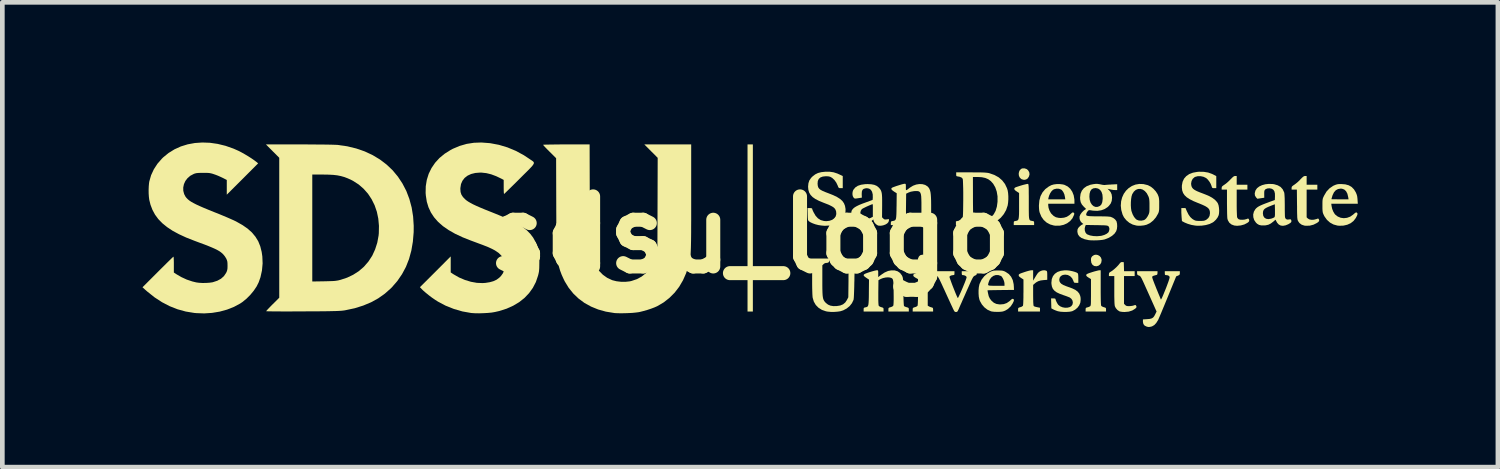
<source format=kicad_pcb>
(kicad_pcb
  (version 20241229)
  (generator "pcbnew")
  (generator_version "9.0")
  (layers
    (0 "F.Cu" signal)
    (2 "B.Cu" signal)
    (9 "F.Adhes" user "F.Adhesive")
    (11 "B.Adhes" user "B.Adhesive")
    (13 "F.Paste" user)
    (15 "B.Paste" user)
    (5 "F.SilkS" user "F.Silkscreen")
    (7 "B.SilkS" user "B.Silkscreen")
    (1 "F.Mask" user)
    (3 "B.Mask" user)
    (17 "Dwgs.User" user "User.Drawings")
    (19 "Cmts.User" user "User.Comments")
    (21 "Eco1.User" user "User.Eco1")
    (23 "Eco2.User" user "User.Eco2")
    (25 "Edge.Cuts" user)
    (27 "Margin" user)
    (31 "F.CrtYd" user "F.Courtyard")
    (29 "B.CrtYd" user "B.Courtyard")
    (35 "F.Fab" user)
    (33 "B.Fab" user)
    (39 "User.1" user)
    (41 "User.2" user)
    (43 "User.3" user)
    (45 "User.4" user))
  (footprint "sdsu_logo"
    (layer "F.Cu")
    (at 13.002 1.975)
    (property "Reference" "sdsu_logo" (at 0 0 0) (layer "F.SilkS") (effects (font (size 1.5 1.5) (thickness 0.3))))
    (attr board_only exclude_from_pos_files exclude_from_bom)
    (fp_poly (pts (xy 0.062 -0.146) (xy 0.062 1.643) (xy 0.005 1.643) (xy -0.052 1.643) (xy -0.052 -0.146) (xy -0.052 -1.934) (xy 0.005 -1.934) (xy 0.062 -1.934)) (stroke (width 0) (type solid)) (fill yes) (layer "F.SilkS"))
    (fp_poly (pts (xy 5.919 -1.408) (xy 5.951 -1.383) (xy 5.977 -1.34) (xy 5.984 -1.295) (xy 5.972 -1.249) (xy 5.946 -1.207) (xy 5.91 -1.183) (xy 5.866 -1.175) (xy 5.82 -1.187) (xy 5.805 -1.195) (xy 5.775 -1.224) (xy 5.757 -1.262) (xy 5.752 -1.305) (xy 5.759 -1.347) (xy 5.777 -1.385) (xy 5.806 -1.411) (xy 5.828 -1.42) (xy 5.874 -1.422)) (stroke (width 0) (type solid)) (fill yes) (layer "F.SilkS"))
    (fp_poly (pts (xy 7.447 0.434) (xy 7.484 0.455) (xy 7.512 0.488) (xy 7.526 0.529) (xy 7.527 0.546) (xy 7.519 0.595) (xy 7.496 0.634) (xy 7.461 0.661) (xy 7.419 0.674) (xy 7.374 0.669) (xy 7.365 0.666) (xy 7.33 0.641) (xy 7.307 0.601) (xy 7.299 0.547) (xy 7.299 0.544) (xy 7.3 0.508) (xy 7.308 0.484) (xy 7.323 0.463) (xy 7.329 0.457) (xy 7.366 0.433) (xy 7.406 0.426)) (stroke (width 0) (type solid)) (fill yes) (layer "F.SilkS"))
    (fp_poly (pts (xy 3.731 0.429) (xy 3.757 0.442) (xy 3.782 0.462) (xy 3.805 0.485) (xy 3.817 0.506) (xy 3.82 0.533) (xy 3.82 0.552) (xy 3.818 0.586) (xy 3.81 0.609) (xy 3.792 0.631) (xy 3.781 0.641) (xy 3.74 0.669) (xy 3.699 0.676) (xy 3.658 0.662) (xy 3.64 0.649) (xy 3.607 0.609) (xy 3.592 0.561) (xy 3.596 0.51) (xy 3.597 0.508) (xy 3.617 0.464) (xy 3.646 0.437) (xy 3.688 0.427) (xy 3.698 0.426)) (stroke (width 0) (type solid)) (fill yes) (layer "F.SilkS"))
    (fp_poly (pts (xy 3.805 1.138) (xy 3.805 1.517) (xy 3.829 1.532) (xy 3.856 1.545) (xy 3.886 1.554) (xy 3.908 1.561) (xy 3.917 1.573) (xy 3.92 1.597) (xy 3.92 1.602) (xy 3.92 1.643) (xy 3.701 1.643) (xy 3.483 1.643) (xy 3.483 1.602) (xy 3.484 1.577) (xy 3.492 1.564) (xy 3.511 1.555) (xy 3.529 1.55) (xy 3.561 1.539) (xy 3.583 1.523) (xy 3.587 1.519) (xy 3.59 1.502) (xy 3.593 1.466) (xy 3.595 1.412) (xy 3.597 1.344) (xy 3.597 1.261) (xy 3.597 1.224) (xy 3.597 0.95) (xy 3.545 0.92) (xy 3.515 0.9) (xy 3.499 0.884) (xy 3.496 0.868) (xy 3.496 0.864) (xy 3.499 0.853) (xy 3.507 0.843) (xy 3.525 0.833) (xy 3.554 0.822) (xy 3.599 0.807) (xy 3.623 0.799) (xy 3.674 0.784) (xy 3.719 0.771) (xy 3.755 0.763) (xy 3.776 0.759) (xy 3.777 0.759) (xy 3.805 0.759)) (stroke (width 0) (type solid)) (fill yes) (layer "F.SilkS"))
    (fp_poly (pts (xy 7.507 1.129) (xy 7.507 1.236) (xy 7.508 1.328) (xy 7.509 1.402) (xy 7.511 1.46) (xy 7.514 1.499) (xy 7.517 1.518) (xy 7.517 1.519) (xy 7.534 1.534) (xy 7.564 1.547) (xy 7.575 1.55) (xy 7.603 1.559) (xy 7.617 1.568) (xy 7.621 1.586) (xy 7.621 1.602) (xy 7.621 1.643) (xy 7.403 1.643) (xy 7.184 1.643) (xy 7.184 1.602) (xy 7.186 1.576) (xy 7.194 1.563) (xy 7.214 1.556) (xy 7.219 1.555) (xy 7.25 1.546) (xy 7.276 1.533) (xy 7.283 1.528) (xy 7.288 1.521) (xy 7.292 1.51) (xy 7.295 1.494) (xy 7.297 1.468) (xy 7.298 1.431) (xy 7.298 1.381) (xy 7.299 1.314) (xy 7.299 1.233) (xy 7.299 0.949) (xy 7.246 0.916) (xy 7.215 0.895) (xy 7.2 0.878) (xy 7.197 0.862) (xy 7.197 0.861) (xy 7.201 0.851) (xy 7.213 0.841) (xy 7.235 0.83) (xy 7.27 0.817) (xy 7.323 0.8) (xy 7.325 0.799) (xy 7.375 0.784) (xy 7.421 0.772) (xy 7.457 0.763) (xy 7.478 0.76) (xy 7.478 0.76) (xy 7.507 0.759)) (stroke (width 0) (type solid)) (fill yes) (layer "F.SilkS"))
    (fp_poly (pts (xy 11.915 -1.164) (xy 11.915 -1.071) (xy 12.029 -1.071) (xy 12.144 -1.071) (xy 12.144 -1.019) (xy 12.144 -0.967) (xy 12.029 -0.967) (xy 11.915 -0.967) (xy 11.915 -0.67) (xy 11.915 -0.373) (xy 11.941 -0.348) (xy 11.973 -0.329) (xy 12.018 -0.32) (xy 12.069 -0.322) (xy 12.121 -0.335) (xy 12.131 -0.338) (xy 12.154 -0.347) (xy 12.167 -0.345) (xy 12.175 -0.333) (xy 12.184 -0.31) (xy 12.18 -0.291) (xy 12.162 -0.272) (xy 12.136 -0.253) (xy 12.062 -0.216) (xy 11.981 -0.195) (xy 11.898 -0.193) (xy 11.868 -0.196) (xy 11.808 -0.216) (xy 11.761 -0.251) (xy 11.737 -0.285) (xy 11.73 -0.298) (xy 11.724 -0.31) (xy 11.72 -0.325) (xy 11.717 -0.346) (xy 11.714 -0.373) (xy 11.713 -0.411) (xy 11.711 -0.461) (xy 11.71 -0.526) (xy 11.71 -0.609) (xy 11.709 -0.647) (xy 11.706 -0.967) (xy 11.649 -0.967) (xy 11.593 -0.967) (xy 11.593 -1.001) (xy 11.595 -1.021) (xy 11.604 -1.036) (xy 11.624 -1.053) (xy 11.651 -1.071) (xy 11.685 -1.096) (xy 11.726 -1.13) (xy 11.766 -1.168) (xy 11.779 -1.183) (xy 11.814 -1.219) (xy 11.839 -1.241) (xy 11.858 -1.253) (xy 11.876 -1.258) (xy 11.882 -1.258) (xy 11.915 -1.258)) (stroke (width 0) (type solid)) (fill yes) (layer "F.SilkS"))
    (fp_poly (pts (xy 7.969 0.584) (xy 8.001 0.587) (xy 8.004 0.684) (xy 8.007 0.78) (xy 8.12 0.78) (xy 8.234 0.78) (xy 8.234 0.832) (xy 8.234 0.884) (xy 8.12 0.884) (xy 8.006 0.884) (xy 8.006 1.181) (xy 8.006 1.477) (xy 8.031 1.503) (xy 8.051 1.519) (xy 8.076 1.526) (xy 8.113 1.528) (xy 8.113 1.528) (xy 8.155 1.525) (xy 8.197 1.518) (xy 8.213 1.513) (xy 8.24 1.504) (xy 8.254 1.504) (xy 8.263 1.514) (xy 8.268 1.525) (xy 8.274 1.543) (xy 8.27 1.557) (xy 8.254 1.574) (xy 8.245 1.582) (xy 8.182 1.621) (xy 8.106 1.645) (xy 8.018 1.653) (xy 7.975 1.651) (xy 7.936 1.646) (xy 7.908 1.639) (xy 7.907 1.638) (xy 7.865 1.61) (xy 7.83 1.569) (xy 7.81 1.529) (xy 7.806 1.506) (xy 7.802 1.462) (xy 7.8 1.398) (xy 7.798 1.315) (xy 7.798 1.213) (xy 7.798 1.189) (xy 7.798 0.884) (xy 7.741 0.884) (xy 7.683 0.884) (xy 7.683 0.848) (xy 7.687 0.82) (xy 7.702 0.802) (xy 7.713 0.796) (xy 7.753 0.771) (xy 7.799 0.734) (xy 7.845 0.692) (xy 7.885 0.65) (xy 7.897 0.635) (xy 7.921 0.605) (xy 7.939 0.589) (xy 7.956 0.584)) (stroke (width 0) (type solid)) (fill yes) (layer "F.SilkS"))
    (fp_poly (pts (xy 5.951 -1.088) (xy 5.956 -1.085) (xy 5.959 -1.077) (xy 5.962 -1.062) (xy 5.964 -1.039) (xy 5.966 -1.005) (xy 5.967 -0.958) (xy 5.967 -0.897) (xy 5.968 -0.82) (xy 5.968 -0.724) (xy 5.968 -0.708) (xy 5.968 -0.606) (xy 5.968 -0.524) (xy 5.969 -0.458) (xy 5.97 -0.407) (xy 5.973 -0.368) (xy 5.978 -0.341) (xy 5.984 -0.322) (xy 5.993 -0.311) (xy 6.004 -0.304) (xy 6.019 -0.3) (xy 6.037 -0.297) (xy 6.04 -0.296) (xy 6.067 -0.291) (xy 6.079 -0.281) (xy 6.082 -0.26) (xy 6.082 -0.249) (xy 6.082 -0.208) (xy 5.864 -0.208) (xy 5.646 -0.208) (xy 5.646 -0.249) (xy 5.647 -0.275) (xy 5.655 -0.288) (xy 5.675 -0.294) (xy 5.687 -0.296) (xy 5.708 -0.3) (xy 5.724 -0.306) (xy 5.737 -0.316) (xy 5.746 -0.332) (xy 5.752 -0.356) (xy 5.756 -0.392) (xy 5.759 -0.44) (xy 5.76 -0.504) (xy 5.76 -0.586) (xy 5.76 -0.621) (xy 5.76 -0.894) (xy 5.708 -0.928) (xy 5.677 -0.95) (xy 5.662 -0.967) (xy 5.658 -0.984) (xy 5.658 -0.987) (xy 5.661 -0.997) (xy 5.67 -1.006) (xy 5.686 -1.016) (xy 5.714 -1.026) (xy 5.757 -1.04) (xy 5.798 -1.053) (xy 5.849 -1.068) (xy 5.894 -1.079) (xy 5.929 -1.087) (xy 5.949 -1.089)) (stroke (width 0) (type solid)) (fill yes) (layer "F.SilkS"))
    (fp_poly (pts (xy 10.418 -1.164) (xy 10.418 -1.071) (xy 10.532 -1.071) (xy 10.647 -1.071) (xy 10.647 -1.019) (xy 10.647 -0.967) (xy 10.532 -0.967) (xy 10.418 -0.967) (xy 10.418 -0.682) (xy 10.418 -0.605) (xy 10.419 -0.535) (xy 10.421 -0.473) (xy 10.423 -0.423) (xy 10.425 -0.388) (xy 10.428 -0.371) (xy 10.428 -0.37) (xy 10.444 -0.346) (xy 10.461 -0.332) (xy 10.492 -0.323) (xy 10.535 -0.321) (xy 10.581 -0.324) (xy 10.622 -0.334) (xy 10.629 -0.336) (xy 10.654 -0.346) (xy 10.667 -0.346) (xy 10.676 -0.336) (xy 10.678 -0.333) (xy 10.687 -0.307) (xy 10.681 -0.285) (xy 10.659 -0.263) (xy 10.649 -0.257) (xy 10.582 -0.221) (xy 10.506 -0.2) (xy 10.427 -0.192) (xy 10.366 -0.198) (xy 10.307 -0.22) (xy 10.261 -0.257) (xy 10.23 -0.308) (xy 10.22 -0.339) (xy 10.217 -0.36) (xy 10.215 -0.398) (xy 10.213 -0.451) (xy 10.212 -0.516) (xy 10.211 -0.589) (xy 10.21 -0.667) (xy 10.21 -0.673) (xy 10.21 -0.967) (xy 10.153 -0.967) (xy 10.096 -0.967) (xy 10.096 -1.001) (xy 10.099 -1.021) (xy 10.108 -1.037) (xy 10.129 -1.054) (xy 10.154 -1.071) (xy 10.188 -1.095) (xy 10.229 -1.13) (xy 10.269 -1.168) (xy 10.283 -1.183) (xy 10.318 -1.219) (xy 10.343 -1.241) (xy 10.363 -1.254) (xy 10.381 -1.258) (xy 10.386 -1.258) (xy 10.418 -1.258)) (stroke (width 0) (type solid)) (fill yes) (layer "F.SilkS"))
    (fp_poly (pts (xy 6.061 0.871) (xy 6.061 0.982) (xy 6.104 0.91) (xy 6.127 0.872) (xy 6.149 0.838) (xy 6.167 0.814) (xy 6.169 0.812) (xy 6.206 0.783) (xy 6.251 0.765) (xy 6.297 0.759) (xy 6.338 0.767) (xy 6.343 0.77) (xy 6.353 0.777) (xy 6.359 0.791) (xy 6.362 0.814) (xy 6.363 0.852) (xy 6.363 0.872) (xy 6.363 0.964) (xy 6.287 0.97) (xy 6.222 0.978) (xy 6.17 0.994) (xy 6.125 1.019) (xy 6.1 1.039) (xy 6.061 1.073) (xy 6.061 1.293) (xy 6.062 1.376) (xy 6.063 1.439) (xy 6.066 1.484) (xy 6.069 1.513) (xy 6.074 1.526) (xy 6.074 1.526) (xy 6.09 1.535) (xy 6.12 1.544) (xy 6.147 1.55) (xy 6.207 1.562) (xy 6.207 1.602) (xy 6.207 1.643) (xy 5.973 1.643) (xy 5.739 1.643) (xy 5.739 1.602) (xy 5.74 1.577) (xy 5.748 1.564) (xy 5.767 1.555) (xy 5.786 1.55) (xy 5.817 1.539) (xy 5.839 1.523) (xy 5.843 1.519) (xy 5.846 1.502) (xy 5.849 1.466) (xy 5.851 1.412) (xy 5.853 1.344) (xy 5.853 1.262) (xy 5.854 1.228) (xy 5.854 0.957) (xy 5.801 0.923) (xy 5.771 0.901) (xy 5.756 0.884) (xy 5.752 0.867) (xy 5.752 0.864) (xy 5.755 0.852) (xy 5.764 0.842) (xy 5.782 0.832) (xy 5.813 0.82) (xy 5.86 0.804) (xy 5.874 0.799) (xy 5.924 0.783) (xy 5.97 0.77) (xy 6.006 0.762) (xy 6.027 0.759) (xy 6.061 0.759)) (stroke (width 0) (type solid)) (fill yes) (layer "F.SilkS"))
    (fp_poly (pts (xy 6.634 -1.085) (xy 6.698 -1.077) (xy 6.732 -1.068) (xy 6.8 -1.034) (xy 6.856 -0.984) (xy 6.899 -0.92) (xy 6.929 -0.844) (xy 6.944 -0.757) (xy 6.945 -0.72) (xy 6.945 -0.665) (xy 6.665 -0.665) (xy 6.384 -0.665) (xy 6.384 -0.63) (xy 6.391 -0.576) (xy 6.411 -0.518) (xy 6.44 -0.465) (xy 6.454 -0.447) (xy 6.5 -0.403) (xy 6.549 -0.375) (xy 6.607 -0.362) (xy 6.654 -0.359) (xy 6.723 -0.366) (xy 6.782 -0.385) (xy 6.837 -0.42) (xy 6.867 -0.448) (xy 6.892 -0.47) (xy 6.908 -0.479) (xy 6.92 -0.478) (xy 6.928 -0.473) (xy 6.94 -0.461) (xy 6.941 -0.444) (xy 6.935 -0.423) (xy 6.902 -0.352) (xy 6.852 -0.293) (xy 6.789 -0.246) (xy 6.715 -0.213) (xy 6.632 -0.195) (xy 6.543 -0.194) (xy 6.506 -0.198) (xy 6.424 -0.221) (xy 6.35 -0.261) (xy 6.287 -0.317) (xy 6.237 -0.388) (xy 6.202 -0.472) (xy 6.197 -0.488) (xy 6.191 -0.519) (xy 6.187 -0.564) (xy 6.185 -0.613) (xy 6.185 -0.628) (xy 6.194 -0.733) (xy 6.201 -0.759) (xy 6.384 -0.759) (xy 6.567 -0.759) (xy 6.749 -0.759) (xy 6.742 -0.808) (xy 6.729 -0.866) (xy 6.706 -0.916) (xy 6.678 -0.954) (xy 6.66 -0.968) (xy 6.614 -0.985) (xy 6.562 -0.987) (xy 6.511 -0.975) (xy 6.486 -0.962) (xy 6.455 -0.932) (xy 6.426 -0.889) (xy 6.403 -0.838) (xy 6.39 -0.793) (xy 6.384 -0.759) (xy 6.201 -0.759) (xy 6.219 -0.827) (xy 6.262 -0.908) (xy 6.321 -0.977) (xy 6.396 -1.033) (xy 6.451 -1.062) (xy 6.503 -1.077) (xy 6.567 -1.085)) (stroke (width 0) (type solid)) (fill yes) (layer "F.SilkS"))
    (fp_poly (pts (xy 8.421 -1.085) (xy 8.512 -1.063) (xy 8.524 -1.058) (xy 8.581 -1.028) (xy 8.636 -0.984) (xy 8.686 -0.929) (xy 8.724 -0.871) (xy 8.734 -0.847) (xy 8.745 -0.819) (xy 8.752 -0.792) (xy 8.756 -0.762) (xy 8.759 -0.722) (xy 8.759 -0.669) (xy 8.759 -0.645) (xy 8.759 -0.585) (xy 8.758 -0.542) (xy 8.754 -0.511) (xy 8.749 -0.486) (xy 8.74 -0.463) (xy 8.736 -0.454) (xy 8.69 -0.374) (xy 8.632 -0.306) (xy 8.565 -0.252) (xy 8.492 -0.216) (xy 8.489 -0.215) (xy 8.433 -0.201) (xy 8.367 -0.194) (xy 8.301 -0.194) (xy 8.268 -0.198) (xy 8.191 -0.219) (xy 8.119 -0.257) (xy 8.056 -0.31) (xy 8.005 -0.373) (xy 7.975 -0.433) (xy 7.947 -0.531) (xy 7.937 -0.626) (xy 7.938 -0.631) (xy 8.152 -0.631) (xy 8.156 -0.567) (xy 8.164 -0.513) (xy 8.167 -0.504) (xy 8.19 -0.439) (xy 8.221 -0.382) (xy 8.256 -0.34) (xy 8.278 -0.322) (xy 8.324 -0.305) (xy 8.377 -0.302) (xy 8.427 -0.312) (xy 8.454 -0.325) (xy 8.483 -0.353) (xy 8.512 -0.395) (xy 8.52 -0.411) (xy 8.533 -0.436) (xy 8.541 -0.458) (xy 8.547 -0.481) (xy 8.55 -0.51) (xy 8.551 -0.549) (xy 8.551 -0.603) (xy 8.551 -0.619) (xy 8.551 -0.679) (xy 8.549 -0.724) (xy 8.546 -0.758) (xy 8.541 -0.786) (xy 8.532 -0.812) (xy 8.527 -0.825) (xy 8.494 -0.888) (xy 8.452 -0.936) (xy 8.405 -0.968) (xy 8.356 -0.982) (xy 8.307 -0.98) (xy 8.259 -0.961) (xy 8.217 -0.924) (xy 8.182 -0.869) (xy 8.18 -0.863) (xy 8.167 -0.821) (xy 8.158 -0.764) (xy 8.153 -0.699) (xy 8.152 -0.631) (xy 7.938 -0.631) (xy 7.944 -0.716) (xy 7.966 -0.8) (xy 8.001 -0.877) (xy 8.049 -0.944) (xy 8.107 -1) (xy 8.175 -1.044) (xy 8.251 -1.074) (xy 8.333 -1.088)) (stroke (width 0) (type solid)) (fill yes) (layer "F.SilkS"))
    (fp_poly (pts (xy 12.742 -1.079) (xy 12.816 -1.059) (xy 12.878 -1.023) (xy 12.928 -0.972) (xy 12.966 -0.91) (xy 12.984 -0.868) (xy 12.996 -0.828) (xy 13.002 -0.781) (xy 13.004 -0.754) (xy 13.01 -0.665) (xy 12.726 -0.665) (xy 12.442 -0.665) (xy 12.449 -0.613) (xy 12.462 -0.553) (xy 12.486 -0.494) (xy 12.516 -0.445) (xy 12.526 -0.433) (xy 12.581 -0.39) (xy 12.644 -0.364) (xy 12.711 -0.355) (xy 12.78 -0.363) (xy 12.848 -0.388) (xy 12.91 -0.431) (xy 12.915 -0.436) (xy 12.945 -0.462) (xy 12.964 -0.475) (xy 12.977 -0.479) (xy 12.989 -0.474) (xy 12.99 -0.473) (xy 13.002 -0.459) (xy 13.003 -0.439) (xy 12.994 -0.411) (xy 12.973 -0.37) (xy 12.965 -0.356) (xy 12.919 -0.296) (xy 12.858 -0.248) (xy 12.785 -0.215) (xy 12.703 -0.196) (xy 12.616 -0.193) (xy 12.574 -0.197) (xy 12.49 -0.22) (xy 12.415 -0.261) (xy 12.35 -0.319) (xy 12.298 -0.391) (xy 12.285 -0.416) (xy 12.272 -0.444) (xy 12.263 -0.468) (xy 12.258 -0.492) (xy 12.255 -0.522) (xy 12.253 -0.562) (xy 12.253 -0.617) (xy 12.253 -0.624) (xy 12.253 -0.68) (xy 12.254 -0.721) (xy 12.257 -0.752) (xy 12.259 -0.762) (xy 12.445 -0.762) (xy 12.455 -0.761) (xy 12.482 -0.76) (xy 12.524 -0.76) (xy 12.576 -0.759) (xy 12.628 -0.759) (xy 12.812 -0.759) (xy 12.804 -0.808) (xy 12.787 -0.879) (xy 12.759 -0.932) (xy 12.721 -0.968) (xy 12.672 -0.986) (xy 12.644 -0.988) (xy 12.587 -0.979) (xy 12.539 -0.953) (xy 12.5 -0.909) (xy 12.47 -0.847) (xy 12.462 -0.821) (xy 12.453 -0.79) (xy 12.447 -0.769) (xy 12.445 -0.762) (xy 12.259 -0.762) (xy 12.262 -0.777) (xy 12.271 -0.801) (xy 12.285 -0.83) (xy 12.291 -0.842) (xy 12.341 -0.926) (xy 12.405 -0.994) (xy 12.48 -1.046) (xy 12.497 -1.054) (xy 12.535 -1.07) (xy 12.568 -1.08) (xy 12.604 -1.085) (xy 12.652 -1.086) (xy 12.653 -1.086)) (stroke (width 0) (type solid)) (fill yes) (layer "F.SilkS"))
    (fp_poly (pts (xy 6.8 0.762) (xy 6.85 0.769) (xy 6.903 0.78) (xy 6.952 0.794) (xy 6.992 0.809) (xy 7.014 0.823) (xy 7.022 0.837) (xy 7.026 0.866) (xy 7.028 0.913) (xy 7.028 0.932) (xy 7.028 1.029) (xy 6.982 1.029) (xy 6.953 1.028) (xy 6.938 1.021) (xy 6.928 1.003) (xy 6.924 0.99) (xy 6.896 0.931) (xy 6.855 0.888) (xy 6.804 0.861) (xy 6.746 0.853) (xy 6.695 0.861) (xy 6.655 0.883) (xy 6.629 0.917) (xy 6.62 0.959) (xy 6.624 0.993) (xy 6.639 1.023) (xy 6.665 1.05) (xy 6.706 1.075) (xy 6.764 1.099) (xy 6.814 1.117) (xy 6.899 1.148) (xy 6.965 1.18) (xy 7.014 1.217) (xy 7.048 1.259) (xy 7.069 1.309) (xy 7.077 1.35) (xy 7.078 1.393) (xy 7.073 1.44) (xy 7.07 1.457) (xy 7.047 1.511) (xy 7.009 1.562) (xy 6.959 1.604) (xy 6.904 1.633) (xy 6.893 1.637) (xy 6.843 1.647) (xy 6.78 1.651) (xy 6.712 1.651) (xy 6.647 1.647) (xy 6.593 1.637) (xy 6.592 1.637) (xy 6.551 1.623) (xy 6.51 1.606) (xy 6.494 1.598) (xy 6.451 1.575) (xy 6.448 1.468) (xy 6.445 1.362) (xy 6.493 1.362) (xy 6.523 1.364) (xy 6.538 1.371) (xy 6.54 1.378) (xy 6.545 1.399) (xy 6.558 1.43) (xy 6.575 1.463) (xy 6.593 1.491) (xy 6.601 1.501) (xy 6.639 1.531) (xy 6.689 1.552) (xy 6.744 1.562) (xy 6.799 1.56) (xy 6.848 1.547) (xy 6.88 1.526) (xy 6.904 1.491) (xy 6.911 1.45) (xy 6.903 1.408) (xy 6.88 1.371) (xy 6.845 1.343) (xy 6.816 1.331) (xy 6.775 1.315) (xy 6.729 1.299) (xy 6.717 1.295) (xy 6.632 1.264) (xy 6.566 1.233) (xy 6.517 1.197) (xy 6.483 1.157) (xy 6.463 1.109) (xy 6.453 1.052) (xy 6.452 1.024) (xy 6.46 0.949) (xy 6.485 0.886) (xy 6.526 0.835) (xy 6.582 0.796) (xy 6.652 0.772) (xy 6.734 0.761)) (stroke (width 0) (type solid)) (fill yes) (layer "F.SilkS"))
    (fp_poly (pts (xy 5.358 0.765) (xy 5.394 0.767) (xy 5.421 0.773) (xy 5.448 0.782) (xy 5.474 0.796) (xy 5.54 0.84) (xy 5.59 0.899) (xy 5.625 0.971) (xy 5.644 1.057) (xy 5.648 1.108) (xy 5.651 1.18) (xy 5.367 1.183) (xy 5.293 1.184) (xy 5.226 1.185) (xy 5.169 1.186) (xy 5.125 1.187) (xy 5.095 1.188) (xy 5.084 1.189) (xy 5.084 1.189) (xy 5.086 1.2) (xy 5.09 1.225) (xy 5.096 1.253) (xy 5.11 1.314) (xy 5.132 1.361) (xy 5.163 1.404) (xy 5.171 1.412) (xy 5.22 1.455) (xy 5.274 1.48) (xy 5.337 1.49) (xy 5.36 1.491) (xy 5.433 1.484) (xy 5.497 1.461) (xy 5.555 1.421) (xy 5.572 1.406) (xy 5.598 1.382) (xy 5.616 1.372) (xy 5.629 1.372) (xy 5.636 1.375) (xy 5.648 1.386) (xy 5.65 1.402) (xy 5.643 1.427) (xy 5.625 1.464) (xy 5.623 1.469) (xy 5.58 1.533) (xy 5.522 1.588) (xy 5.471 1.619) (xy 5.439 1.633) (xy 5.41 1.642) (xy 5.376 1.647) (xy 5.33 1.65) (xy 5.308 1.65) (xy 5.232 1.649) (xy 5.175 1.642) (xy 5.156 1.637) (xy 5.083 1.604) (xy 5.017 1.553) (xy 4.963 1.49) (xy 4.922 1.417) (xy 4.91 1.383) (xy 4.898 1.327) (xy 4.893 1.26) (xy 4.893 1.188) (xy 4.899 1.12) (xy 4.911 1.062) (xy 4.911 1.061) (xy 5.097 1.061) (xy 5.098 1.075) (xy 5.109 1.084) (xy 5.131 1.089) (xy 5.167 1.091) (xy 5.219 1.092) (xy 5.271 1.092) (xy 5.448 1.092) (xy 5.448 1.047) (xy 5.443 1.01) (xy 5.429 0.967) (xy 5.41 0.928) (xy 5.389 0.896) (xy 5.373 0.882) (xy 5.317 0.863) (xy 5.261 0.862) (xy 5.21 0.88) (xy 5.165 0.914) (xy 5.129 0.964) (xy 5.111 1.01) (xy 5.102 1.04) (xy 5.097 1.061) (xy 4.911 1.061) (xy 4.916 1.048) (xy 4.957 0.961) (xy 5.015 0.887) (xy 5.085 0.826) (xy 5.145 0.792) (xy 5.176 0.779) (xy 5.204 0.77) (xy 5.237 0.766) (xy 5.28 0.764) (xy 5.308 0.764)) (stroke (width 0) (type solid)) (fill yes) (layer "F.SilkS"))
    (fp_poly (pts (xy 4.377 0.821) (xy 4.376 0.848) (xy 4.369 0.86) (xy 4.353 0.863) (xy 4.352 0.863) (xy 4.317 0.868) (xy 4.287 0.88) (xy 4.27 0.897) (xy 4.27 0.897) (xy 4.272 0.91) (xy 4.281 0.939) (xy 4.296 0.98) (xy 4.314 1.03) (xy 4.335 1.086) (xy 4.358 1.144) (xy 4.381 1.202) (xy 4.402 1.254) (xy 4.421 1.299) (xy 4.437 1.333) (xy 4.446 1.352) (xy 4.448 1.354) (xy 4.455 1.348) (xy 4.467 1.325) (xy 4.484 1.289) (xy 4.505 1.244) (xy 4.528 1.192) (xy 4.552 1.136) (xy 4.575 1.08) (xy 4.597 1.027) (xy 4.615 0.98) (xy 4.628 0.943) (xy 4.636 0.917) (xy 4.637 0.91) (xy 4.628 0.889) (xy 4.603 0.873) (xy 4.569 0.864) (xy 4.552 0.863) (xy 4.54 0.859) (xy 4.534 0.843) (xy 4.533 0.821) (xy 4.533 0.78) (xy 4.694 0.78) (xy 4.855 0.78) (xy 4.855 0.819) (xy 4.853 0.845) (xy 4.843 0.86) (xy 4.819 0.873) (xy 4.815 0.874) (xy 4.805 0.879) (xy 4.795 0.885) (xy 4.786 0.895) (xy 4.775 0.909) (xy 4.763 0.931) (xy 4.747 0.961) (xy 4.727 1.003) (xy 4.703 1.057) (xy 4.672 1.127) (xy 4.633 1.213) (xy 4.629 1.223) (xy 4.594 1.303) (xy 4.56 1.379) (xy 4.53 1.448) (xy 4.503 1.508) (xy 4.482 1.556) (xy 4.468 1.59) (xy 4.461 1.604) (xy 4.447 1.633) (xy 4.434 1.648) (xy 4.417 1.653) (xy 4.41 1.653) (xy 4.394 1.651) (xy 4.381 1.644) (xy 4.368 1.626) (xy 4.352 1.594) (xy 4.344 1.578) (xy 4.331 1.549) (xy 4.31 1.505) (xy 4.284 1.448) (xy 4.253 1.381) (xy 4.219 1.307) (xy 4.184 1.23) (xy 4.169 1.197) (xy 4.13 1.113) (xy 4.099 1.045) (xy 4.074 0.993) (xy 4.055 0.953) (xy 4.039 0.925) (xy 4.027 0.905) (xy 4.016 0.891) (xy 4.006 0.883) (xy 3.996 0.877) (xy 3.99 0.874) (xy 3.965 0.861) (xy 3.954 0.846) (xy 3.951 0.821) (xy 3.951 0.819) (xy 3.951 0.78) (xy 4.164 0.78) (xy 4.377 0.78)) (stroke (width 0) (type solid)) (fill yes) (layer "F.SilkS"))
    (fp_poly (pts (xy 8.723 0.816) (xy 8.72 0.842) (xy 8.712 0.856) (xy 8.71 0.857) (xy 8.693 0.862) (xy 8.664 0.87) (xy 8.653 0.873) (xy 8.624 0.883) (xy 8.611 0.895) (xy 8.609 0.908) (xy 8.613 0.925) (xy 8.623 0.957) (xy 8.64 1.002) (xy 8.661 1.057) (xy 8.686 1.119) (xy 8.698 1.15) (xy 8.724 1.213) (xy 8.748 1.272) (xy 8.769 1.321) (xy 8.784 1.359) (xy 8.793 1.382) (xy 8.795 1.386) (xy 8.8 1.383) (xy 8.812 1.362) (xy 8.828 1.328) (xy 8.847 1.284) (xy 8.868 1.232) (xy 8.891 1.176) (xy 8.914 1.118) (xy 8.935 1.061) (xy 8.954 1.01) (xy 8.969 0.965) (xy 8.979 0.931) (xy 8.983 0.911) (xy 8.983 0.91) (xy 8.974 0.885) (xy 8.947 0.869) (xy 8.907 0.863) (xy 8.904 0.863) (xy 8.888 0.861) (xy 8.881 0.85) (xy 8.879 0.824) (xy 8.879 0.821) (xy 8.879 0.78) (xy 9.04 0.78) (xy 9.201 0.78) (xy 9.201 0.819) (xy 9.199 0.845) (xy 9.189 0.86) (xy 9.165 0.873) (xy 9.162 0.874) (xy 9.123 0.89) (xy 8.942 1.332) (xy 8.904 1.424) (xy 8.868 1.512) (xy 8.834 1.593) (xy 8.804 1.666) (xy 8.778 1.727) (xy 8.757 1.776) (xy 8.743 1.809) (xy 8.737 1.822) (xy 8.698 1.885) (xy 8.655 1.932) (xy 8.607 1.96) (xy 8.594 1.964) (xy 8.558 1.972) (xy 8.533 1.974) (xy 8.509 1.97) (xy 8.49 1.965) (xy 8.447 1.944) (xy 8.421 1.911) (xy 8.411 1.866) (xy 8.411 1.861) (xy 8.411 1.812) (xy 8.501 1.806) (xy 8.557 1.801) (xy 8.598 1.79) (xy 8.628 1.772) (xy 8.652 1.743) (xy 8.674 1.702) (xy 8.703 1.643) (xy 8.551 1.303) (xy 8.506 1.203) (xy 8.469 1.121) (xy 8.439 1.054) (xy 8.415 1.001) (xy 8.396 0.961) (xy 8.381 0.93) (xy 8.368 0.909) (xy 8.358 0.894) (xy 8.35 0.885) (xy 8.342 0.879) (xy 8.333 0.876) (xy 8.323 0.872) (xy 8.299 0.861) (xy 8.289 0.846) (xy 8.286 0.819) (xy 8.286 0.78) (xy 8.505 0.78) (xy 8.723 0.78)) (stroke (width 0) (type solid)) (fill yes) (layer "F.SilkS"))
    (fp_poly (pts (xy 4.736 -1.336) (xy 4.83 -1.335) (xy 4.906 -1.335) (xy 4.967 -1.334) (xy 5.015 -1.332) (xy 5.052 -1.329) (xy 5.082 -1.326) (xy 5.107 -1.322) (xy 5.126 -1.317) (xy 5.232 -1.28) (xy 5.324 -1.229) (xy 5.399 -1.164) (xy 5.458 -1.087) (xy 5.501 -0.997) (xy 5.516 -0.949) (xy 5.525 -0.895) (xy 5.53 -0.828) (xy 5.53 -0.756) (xy 5.525 -0.687) (xy 5.516 -0.627) (xy 5.515 -0.625) (xy 5.483 -0.53) (xy 5.433 -0.442) (xy 5.369 -0.365) (xy 5.293 -0.302) (xy 5.253 -0.278) (xy 5.217 -0.259) (xy 5.181 -0.244) (xy 5.143 -0.233) (xy 5.101 -0.224) (xy 5.05 -0.217) (xy 4.99 -0.213) (xy 4.917 -0.21) (xy 4.829 -0.208) (xy 4.724 -0.208) (xy 4.408 -0.208) (xy 4.408 -0.248) (xy 4.408 -0.287) (xy 4.473 -0.302) (xy 4.512 -0.313) (xy 4.536 -0.325) (xy 4.55 -0.341) (xy 4.551 -0.343) (xy 4.554 -0.36) (xy 4.557 -0.396) (xy 4.56 -0.446) (xy 4.562 -0.509) (xy 4.563 -0.581) (xy 4.564 -0.659) (xy 4.565 -0.742) (xy 4.565 -0.826) (xy 4.565 -0.908) (xy 4.564 -0.985) (xy 4.562 -1.054) (xy 4.56 -1.114) (xy 4.558 -1.16) (xy 4.555 -1.19) (xy 4.552 -1.2) (xy 4.53 -1.224) (xy 4.499 -1.237) (xy 4.772 -1.237) (xy 4.773 -0.819) (xy 4.773 -0.706) (xy 4.774 -0.612) (xy 4.775 -0.536) (xy 4.776 -0.474) (xy 4.779 -0.426) (xy 4.783 -0.39) (xy 4.788 -0.363) (xy 4.795 -0.344) (xy 4.804 -0.332) (xy 4.815 -0.323) (xy 4.828 -0.318) (xy 4.835 -0.315) (xy 4.893 -0.304) (xy 4.964 -0.304) (xy 5.027 -0.314) (xy 5.102 -0.339) (xy 5.166 -0.381) (xy 5.218 -0.439) (xy 5.258 -0.513) (xy 5.285 -0.603) (xy 5.299 -0.707) (xy 5.299 -0.712) (xy 5.299 -0.823) (xy 5.282 -0.924) (xy 5.251 -1.014) (xy 5.206 -1.092) (xy 5.156 -1.148) (xy 5.1 -1.189) (xy 5.037 -1.216) (xy 4.962 -1.232) (xy 4.872 -1.237) (xy 4.87 -1.237) (xy 4.772 -1.237) (xy 4.499 -1.237) (xy 4.489 -1.241) (xy 4.44 -1.25) (xy 4.423 -1.254) (xy 4.415 -1.267) (xy 4.414 -1.294) (xy 4.414 -1.294) (xy 4.414 -1.336)) (stroke (width 0) (type solid)) (fill yes) (layer "F.SilkS"))
    (fp_poly (pts (xy 1.709 -1.349) (xy 1.79 -1.337) (xy 1.87 -1.311) (xy 1.921 -1.288) (xy 1.986 -1.257) (xy 1.986 -1.127) (xy 1.986 -0.998) (xy 1.941 -0.998) (xy 1.915 -0.999) (xy 1.9 -1.006) (xy 1.889 -1.023) (xy 1.88 -1.048) (xy 1.848 -1.116) (xy 1.807 -1.173) (xy 1.761 -1.216) (xy 1.748 -1.224) (xy 1.717 -1.241) (xy 1.687 -1.249) (xy 1.649 -1.252) (xy 1.627 -1.253) (xy 1.559 -1.246) (xy 1.508 -1.227) (xy 1.472 -1.195) (xy 1.452 -1.15) (xy 1.447 -1.091) (xy 1.448 -1.084) (xy 1.452 -1.046) (xy 1.462 -1.014) (xy 1.481 -0.987) (xy 1.51 -0.963) (xy 1.552 -0.94) (xy 1.61 -0.915) (xy 1.681 -0.888) (xy 1.782 -0.848) (xy 1.864 -0.808) (xy 1.929 -0.767) (xy 1.978 -0.723) (xy 2.012 -0.674) (xy 2.034 -0.619) (xy 2.045 -0.556) (xy 2.046 -0.545) (xy 2.043 -0.462) (xy 2.022 -0.391) (xy 1.984 -0.329) (xy 1.927 -0.278) (xy 1.885 -0.252) (xy 1.801 -0.218) (xy 1.705 -0.198) (xy 1.602 -0.192) (xy 1.528 -0.198) (xy 1.464 -0.208) (xy 1.401 -0.224) (xy 1.345 -0.244) (xy 1.297 -0.266) (xy 1.263 -0.288) (xy 1.245 -0.31) (xy 1.243 -0.315) (xy 1.241 -0.334) (xy 1.238 -0.369) (xy 1.236 -0.414) (xy 1.235 -0.455) (xy 1.232 -0.572) (xy 1.281 -0.572) (xy 1.316 -0.569) (xy 1.33 -0.561) (xy 1.331 -0.559) (xy 1.335 -0.543) (xy 1.346 -0.515) (xy 1.361 -0.483) (xy 1.404 -0.408) (xy 1.455 -0.352) (xy 1.515 -0.314) (xy 1.584 -0.295) (xy 1.633 -0.291) (xy 1.702 -0.299) (xy 1.76 -0.32) (xy 1.805 -0.352) (xy 1.835 -0.394) (xy 1.848 -0.444) (xy 1.844 -0.499) (xy 1.831 -0.536) (xy 1.816 -0.56) (xy 1.792 -0.584) (xy 1.757 -0.607) (xy 1.708 -0.632) (xy 1.644 -0.659) (xy 1.577 -0.685) (xy 1.479 -0.725) (xy 1.401 -0.765) (xy 1.341 -0.807) (xy 1.297 -0.853) (xy 1.267 -0.904) (xy 1.25 -0.962) (xy 1.244 -1.028) (xy 1.244 -1.029) (xy 1.251 -1.102) (xy 1.271 -1.163) (xy 1.309 -1.218) (xy 1.343 -1.252) (xy 1.397 -1.293) (xy 1.456 -1.322) (xy 1.526 -1.34) (xy 1.61 -1.349) (xy 1.617 -1.349)) (stroke (width 0) (type solid)) (fill yes) (layer "F.SilkS"))
    (fp_poly (pts (xy 1.695 0.55) (xy 1.691 0.578) (xy 1.677 0.595) (xy 1.649 0.602) (xy 1.624 0.603) (xy 1.6 0.61) (xy 1.576 0.627) (xy 1.575 0.629) (xy 1.549 0.654) (xy 1.549 0.98) (xy 1.549 1.083) (xy 1.55 1.168) (xy 1.552 1.236) (xy 1.555 1.291) (xy 1.56 1.334) (xy 1.567 1.368) (xy 1.577 1.395) (xy 1.59 1.418) (xy 1.605 1.438) (xy 1.625 1.459) (xy 1.626 1.46) (xy 1.671 1.495) (xy 1.723 1.517) (xy 1.786 1.527) (xy 1.856 1.526) (xy 1.931 1.514) (xy 1.992 1.489) (xy 2.04 1.449) (xy 2.074 1.398) (xy 2.105 1.338) (xy 2.109 1) (xy 2.109 0.902) (xy 2.11 0.822) (xy 2.109 0.758) (xy 2.107 0.71) (xy 2.104 0.673) (xy 2.097 0.647) (xy 2.088 0.63) (xy 2.076 0.618) (xy 2.059 0.611) (xy 2.039 0.606) (xy 2.017 0.602) (xy 1.955 0.59) (xy 1.955 0.55) (xy 1.955 0.509) (xy 2.168 0.509) (xy 2.381 0.509) (xy 2.381 0.55) (xy 2.38 0.576) (xy 2.373 0.589) (xy 2.355 0.595) (xy 2.334 0.598) (xy 2.299 0.607) (xy 2.27 0.62) (xy 2.264 0.624) (xy 2.257 0.63) (xy 2.252 0.636) (xy 2.248 0.647) (xy 2.245 0.663) (xy 2.243 0.686) (xy 2.241 0.72) (xy 2.239 0.766) (xy 2.238 0.826) (xy 2.236 0.903) (xy 2.235 0.998) (xy 2.234 1) (xy 2.232 1.112) (xy 2.229 1.207) (xy 2.226 1.284) (xy 2.223 1.342) (xy 2.219 1.38) (xy 2.216 1.395) (xy 2.183 1.464) (xy 2.134 1.526) (xy 2.07 1.578) (xy 1.997 1.617) (xy 1.935 1.637) (xy 1.873 1.646) (xy 1.803 1.651) (xy 1.731 1.651) (xy 1.665 1.645) (xy 1.627 1.638) (xy 1.54 1.608) (xy 1.467 1.562) (xy 1.409 1.503) (xy 1.367 1.431) (xy 1.342 1.347) (xy 1.342 1.347) (xy 1.339 1.319) (xy 1.336 1.273) (xy 1.334 1.212) (xy 1.332 1.138) (xy 1.331 1.054) (xy 1.331 0.966) (xy 1.331 0.646) (xy 1.305 0.626) (xy 1.278 0.611) (xy 1.243 0.6) (xy 1.232 0.598) (xy 1.203 0.593) (xy 1.19 0.585) (xy 1.186 0.569) (xy 1.185 0.55) (xy 1.185 0.509) (xy 1.44 0.509) (xy 1.695 0.509)) (stroke (width 0) (type solid)) (fill yes) (layer "F.SilkS"))
    (fp_poly (pts (xy 9.715 -1.347) (xy 9.807 -1.332) (xy 9.891 -1.302) (xy 9.92 -1.288) (xy 9.981 -1.255) (xy 9.981 -1.127) (xy 9.981 -0.998) (xy 9.937 -0.998) (xy 9.909 -0.999) (xy 9.894 -1.006) (xy 9.885 -1.025) (xy 9.88 -1.043) (xy 9.861 -1.091) (xy 9.832 -1.14) (xy 9.797 -1.184) (xy 9.764 -1.214) (xy 9.708 -1.241) (xy 9.647 -1.254) (xy 9.585 -1.254) (xy 9.529 -1.239) (xy 9.514 -1.231) (xy 9.476 -1.197) (xy 9.452 -1.151) (xy 9.442 -1.097) (xy 9.443 -1.08) (xy 9.449 -1.043) (xy 9.462 -1.013) (xy 9.484 -0.985) (xy 9.517 -0.96) (xy 9.564 -0.935) (xy 9.626 -0.909) (xy 9.705 -0.879) (xy 9.708 -0.878) (xy 9.808 -0.838) (xy 9.889 -0.795) (xy 9.952 -0.749) (xy 9.997 -0.7) (xy 10.015 -0.671) (xy 10.03 -0.629) (xy 10.039 -0.575) (xy 10.043 -0.516) (xy 10.04 -0.46) (xy 10.033 -0.421) (xy 10.011 -0.373) (xy 9.975 -0.324) (xy 9.93 -0.281) (xy 9.908 -0.265) (xy 9.839 -0.231) (xy 9.757 -0.208) (xy 9.667 -0.195) (xy 9.575 -0.193) (xy 9.529 -0.197) (xy 9.449 -0.211) (xy 9.371 -0.234) (xy 9.303 -0.262) (xy 9.294 -0.267) (xy 9.246 -0.293) (xy 9.239 -0.372) (xy 9.236 -0.421) (xy 9.233 -0.472) (xy 9.233 -0.511) (xy 9.233 -0.572) (xy 9.277 -0.572) (xy 9.322 -0.572) (xy 9.351 -0.504) (xy 9.386 -0.434) (xy 9.423 -0.381) (xy 9.465 -0.342) (xy 9.489 -0.326) (xy 9.516 -0.311) (xy 9.54 -0.302) (xy 9.569 -0.298) (xy 9.609 -0.296) (xy 9.633 -0.296) (xy 9.681 -0.297) (xy 9.714 -0.3) (xy 9.738 -0.307) (xy 9.761 -0.318) (xy 9.767 -0.321) (xy 9.811 -0.358) (xy 9.837 -0.404) (xy 9.846 -0.461) (xy 9.846 -0.463) (xy 9.843 -0.501) (xy 9.834 -0.533) (xy 9.816 -0.561) (xy 9.787 -0.587) (xy 9.745 -0.613) (xy 9.688 -0.64) (xy 9.614 -0.671) (xy 9.59 -0.68) (xy 9.491 -0.721) (xy 9.411 -0.762) (xy 9.348 -0.803) (xy 9.302 -0.847) (xy 9.27 -0.895) (xy 9.251 -0.95) (xy 9.244 -1.011) (xy 9.245 -1.057) (xy 9.26 -1.135) (xy 9.291 -1.201) (xy 9.339 -1.256) (xy 9.402 -1.299) (xy 9.481 -1.329) (xy 9.575 -1.346) (xy 9.612 -1.349)) (stroke (width 0) (type solid)) (fill yes) (layer "F.SilkS"))
    (fp_poly (pts (xy 2.731 0.76) (xy 2.74 0.765) (xy 2.744 0.78) (xy 2.745 0.808) (xy 2.745 0.832) (xy 2.745 0.906) (xy 2.805 0.859) (xy 2.881 0.808) (xy 2.956 0.775) (xy 3.024 0.762) (xy 3.098 0.763) (xy 3.161 0.782) (xy 3.213 0.818) (xy 3.252 0.87) (xy 3.258 0.883) (xy 3.265 0.899) (xy 3.27 0.915) (xy 3.274 0.935) (xy 3.277 0.962) (xy 3.279 0.997) (xy 3.281 1.045) (xy 3.282 1.107) (xy 3.283 1.186) (xy 3.284 1.222) (xy 3.285 1.315) (xy 3.287 1.393) (xy 3.29 1.454) (xy 3.293 1.497) (xy 3.296 1.521) (xy 3.298 1.526) (xy 3.315 1.537) (xy 3.343 1.547) (xy 3.355 1.551) (xy 3.382 1.559) (xy 3.396 1.569) (xy 3.4 1.587) (xy 3.4 1.602) (xy 3.4 1.643) (xy 3.181 1.643) (xy 2.963 1.643) (xy 2.963 1.602) (xy 2.964 1.577) (xy 2.972 1.564) (xy 2.991 1.555) (xy 3.01 1.55) (xy 3.043 1.538) (xy 3.065 1.521) (xy 3.067 1.518) (xy 3.071 1.499) (xy 3.074 1.459) (xy 3.076 1.399) (xy 3.076 1.319) (xy 3.075 1.233) (xy 3.074 1.147) (xy 3.073 1.079) (xy 3.07 1.027) (xy 3.066 0.989) (xy 3.06 0.962) (xy 3.051 0.943) (xy 3.038 0.931) (xy 3.022 0.923) (xy 3.001 0.917) (xy 2.995 0.915) (xy 2.953 0.911) (xy 2.901 0.915) (xy 2.847 0.927) (xy 2.798 0.946) (xy 2.791 0.95) (xy 2.75 0.973) (xy 2.747 1.235) (xy 2.747 1.328) (xy 2.747 1.403) (xy 2.749 1.46) (xy 2.752 1.499) (xy 2.755 1.518) (xy 2.755 1.518) (xy 2.773 1.534) (xy 2.803 1.548) (xy 2.813 1.55) (xy 2.841 1.559) (xy 2.855 1.568) (xy 2.859 1.586) (xy 2.859 1.602) (xy 2.859 1.643) (xy 2.646 1.643) (xy 2.433 1.643) (xy 2.433 1.602) (xy 2.434 1.575) (xy 2.442 1.562) (xy 2.462 1.555) (xy 2.469 1.554) (xy 2.49 1.549) (xy 2.506 1.543) (xy 2.519 1.534) (xy 2.528 1.517) (xy 2.535 1.493) (xy 2.539 1.457) (xy 2.542 1.409) (xy 2.544 1.345) (xy 2.545 1.263) (xy 2.545 1.233) (xy 2.548 0.96) (xy 2.49 0.921) (xy 2.456 0.897) (xy 2.437 0.877) (xy 2.433 0.861) (xy 2.446 0.845) (xy 2.477 0.829) (xy 2.526 0.811) (xy 2.563 0.799) (xy 2.613 0.784) (xy 2.659 0.771) (xy 2.695 0.763) (xy 2.716 0.759) (xy 2.716 0.759)) (stroke (width 0) (type solid)) (fill yes) (layer "F.SilkS"))
    (fp_poly (pts (xy 2.596 -1.081) (xy 2.66 -1.069) (xy 2.712 -1.047) (xy 2.755 -1.013) (xy 2.77 -0.997) (xy 2.788 -0.974) (xy 2.802 -0.951) (xy 2.812 -0.925) (xy 2.82 -0.894) (xy 2.825 -0.854) (xy 2.828 -0.802) (xy 2.829 -0.736) (xy 2.829 -0.654) (xy 2.829 -0.621) (xy 2.827 -0.374) (xy 2.853 -0.348) (xy 2.872 -0.332) (xy 2.892 -0.327) (xy 2.923 -0.329) (xy 2.926 -0.329) (xy 2.974 -0.336) (xy 2.974 -0.303) (xy 2.964 -0.272) (xy 2.938 -0.243) (xy 2.899 -0.219) (xy 2.852 -0.202) (xy 2.801 -0.193) (xy 2.752 -0.195) (xy 2.723 -0.207) (xy 2.691 -0.232) (xy 2.664 -0.264) (xy 2.648 -0.295) (xy 2.647 -0.299) (xy 2.64 -0.329) (xy 2.597 -0.289) (xy 2.533 -0.24) (xy 2.467 -0.21) (xy 2.396 -0.198) (xy 2.378 -0.198) (xy 2.311 -0.204) (xy 2.258 -0.224) (xy 2.215 -0.258) (xy 2.196 -0.283) (xy 2.182 -0.306) (xy 2.174 -0.328) (xy 2.169 -0.356) (xy 2.168 -0.394) (xy 2.168 -0.417) (xy 2.169 -0.464) (xy 2.169 -0.469) (xy 2.362 -0.469) (xy 2.367 -0.425) (xy 2.384 -0.385) (xy 2.412 -0.355) (xy 2.425 -0.348) (xy 2.471 -0.337) (xy 2.525 -0.341) (xy 2.581 -0.36) (xy 2.589 -0.364) (xy 2.63 -0.385) (xy 2.63 -0.52) (xy 2.63 -0.57) (xy 2.63 -0.612) (xy 2.629 -0.641) (xy 2.627 -0.655) (xy 2.627 -0.655) (xy 2.61 -0.651) (xy 2.579 -0.639) (xy 2.54 -0.622) (xy 2.497 -0.603) (xy 2.456 -0.583) (xy 2.422 -0.566) (xy 2.399 -0.552) (xy 2.394 -0.548) (xy 2.371 -0.512) (xy 2.362 -0.469) (xy 2.169 -0.469) (xy 2.172 -0.496) (xy 2.178 -0.518) (xy 2.189 -0.537) (xy 2.19 -0.537) (xy 2.213 -0.564) (xy 2.243 -0.588) (xy 2.284 -0.612) (xy 2.337 -0.638) (xy 2.406 -0.666) (xy 2.459 -0.685) (xy 2.625 -0.746) (xy 2.629 -0.791) (xy 2.628 -0.862) (xy 2.614 -0.919) (xy 2.588 -0.962) (xy 2.55 -0.988) (xy 2.503 -0.997) (xy 2.468 -0.993) (xy 2.431 -0.981) (xy 2.408 -0.96) (xy 2.395 -0.925) (xy 2.392 -0.875) (xy 2.392 -0.868) (xy 2.395 -0.795) (xy 2.318 -0.783) (xy 2.278 -0.777) (xy 2.254 -0.775) (xy 2.238 -0.778) (xy 2.226 -0.787) (xy 2.217 -0.797) (xy 2.2 -0.829) (xy 2.193 -0.872) (xy 2.197 -0.918) (xy 2.211 -0.959) (xy 2.214 -0.963) (xy 2.254 -1.012) (xy 2.308 -1.048) (xy 2.378 -1.071) (xy 2.463 -1.083) (xy 2.516 -1.085)) (stroke (width 0) (type solid)) (fill yes) (layer "F.SilkS"))
    (fp_poly (pts (xy 11.187 -1.086) (xy 11.218 -1.082) (xy 11.295 -1.059) (xy 11.357 -1.024) (xy 11.402 -0.974) (xy 11.432 -0.911) (xy 11.436 -0.899) (xy 11.439 -0.876) (xy 11.442 -0.834) (xy 11.445 -0.778) (xy 11.446 -0.71) (xy 11.447 -0.633) (xy 11.447 -0.611) (xy 11.447 -0.533) (xy 11.448 -0.473) (xy 11.449 -0.428) (xy 11.45 -0.396) (xy 11.453 -0.374) (xy 11.457 -0.36) (xy 11.462 -0.35) (xy 11.468 -0.343) (xy 11.469 -0.343) (xy 11.487 -0.329) (xy 11.509 -0.325) (xy 11.535 -0.328) (xy 11.563 -0.331) (xy 11.577 -0.328) (xy 11.584 -0.315) (xy 11.587 -0.307) (xy 11.589 -0.285) (xy 11.582 -0.267) (xy 11.562 -0.25) (xy 11.526 -0.228) (xy 11.523 -0.226) (xy 11.465 -0.202) (xy 11.409 -0.192) (xy 11.361 -0.197) (xy 11.36 -0.198) (xy 11.319 -0.219) (xy 11.285 -0.256) (xy 11.269 -0.284) (xy 11.249 -0.323) (xy 11.202 -0.282) (xy 11.148 -0.241) (xy 11.096 -0.215) (xy 11.037 -0.202) (xy 11.009 -0.2) (xy 10.946 -0.2) (xy 10.897 -0.211) (xy 10.856 -0.235) (xy 10.83 -0.26) (xy 10.793 -0.314) (xy 10.774 -0.374) (xy 10.771 -0.436) (xy 10.776 -0.454) (xy 10.979 -0.454) (xy 10.987 -0.404) (xy 11.011 -0.366) (xy 11.047 -0.343) (xy 11.095 -0.335) (xy 11.152 -0.344) (xy 11.169 -0.349) (xy 11.2 -0.361) (xy 11.223 -0.374) (xy 11.228 -0.379) (xy 11.234 -0.397) (xy 11.237 -0.433) (xy 11.237 -0.487) (xy 11.237 -0.523) (xy 11.234 -0.653) (xy 11.156 -0.623) (xy 11.092 -0.597) (xy 11.045 -0.574) (xy 11.013 -0.552) (xy 10.994 -0.529) (xy 10.983 -0.501) (xy 10.979 -0.466) (xy 10.979 -0.454) (xy 10.776 -0.454) (xy 10.786 -0.495) (xy 10.818 -0.548) (xy 10.836 -0.568) (xy 10.86 -0.588) (xy 10.889 -0.607) (xy 10.926 -0.626) (xy 10.974 -0.647) (xy 11.035 -0.671) (xy 11.113 -0.7) (xy 11.125 -0.705) (xy 11.234 -0.744) (xy 11.237 -0.818) (xy 11.236 -0.882) (xy 11.225 -0.929) (xy 11.204 -0.962) (xy 11.172 -0.983) (xy 11.17 -0.984) (xy 11.124 -0.995) (xy 11.079 -0.992) (xy 11.04 -0.978) (xy 11.027 -0.967) (xy 11.015 -0.952) (xy 11.009 -0.933) (xy 11.007 -0.904) (xy 11.007 -0.869) (xy 11.008 -0.793) (xy 10.934 -0.782) (xy 10.86 -0.771) (xy 10.831 -0.802) (xy 10.808 -0.841) (xy 10.804 -0.888) (xy 10.818 -0.943) (xy 10.823 -0.953) (xy 10.853 -0.997) (xy 10.901 -1.034) (xy 10.961 -1.062) (xy 11.031 -1.081) (xy 11.107 -1.089)) (stroke (width 0) (type solid)) (fill yes) (layer "F.SilkS"))
    (fp_poly (pts (xy 3.324 -1.091) (xy 3.332 -1.086) (xy 3.336 -1.071) (xy 3.337 -1.043) (xy 3.337 -1.018) (xy 3.337 -0.984) (xy 3.338 -0.963) (xy 3.344 -0.955) (xy 3.357 -0.959) (xy 3.38 -0.975) (xy 3.417 -1.004) (xy 3.427 -1.011) (xy 3.49 -1.05) (xy 3.558 -1.075) (xy 3.626 -1.086) (xy 3.691 -1.083) (xy 3.75 -1.067) (xy 3.8 -1.036) (xy 3.831 -1.001) (xy 3.844 -0.975) (xy 3.855 -0.946) (xy 3.864 -0.909) (xy 3.87 -0.862) (xy 3.874 -0.804) (xy 3.877 -0.731) (xy 3.878 -0.64) (xy 3.878 -0.586) (xy 3.878 -0.503) (xy 3.879 -0.439) (xy 3.88 -0.39) (xy 3.884 -0.355) (xy 3.89 -0.331) (xy 3.899 -0.315) (xy 3.911 -0.306) (xy 3.927 -0.301) (xy 3.949 -0.297) (xy 3.951 -0.296) (xy 3.977 -0.291) (xy 3.989 -0.281) (xy 3.992 -0.26) (xy 3.992 -0.249) (xy 3.992 -0.208) (xy 3.774 -0.208) (xy 3.556 -0.208) (xy 3.556 -0.248) (xy 3.557 -0.275) (xy 3.566 -0.288) (xy 3.587 -0.295) (xy 3.595 -0.296) (xy 3.617 -0.3) (xy 3.634 -0.306) (xy 3.647 -0.314) (xy 3.657 -0.329) (xy 3.663 -0.352) (xy 3.667 -0.385) (xy 3.669 -0.431) (xy 3.67 -0.493) (xy 3.67 -0.572) (xy 3.67 -0.597) (xy 3.67 -0.691) (xy 3.668 -0.766) (xy 3.665 -0.825) (xy 3.658 -0.868) (xy 3.647 -0.899) (xy 3.631 -0.919) (xy 3.609 -0.931) (xy 3.58 -0.936) (xy 3.544 -0.936) (xy 3.511 -0.934) (xy 3.443 -0.922) (xy 3.394 -0.904) (xy 3.343 -0.879) (xy 3.34 -0.616) (xy 3.339 -0.522) (xy 3.34 -0.446) (xy 3.342 -0.388) (xy 3.344 -0.35) (xy 3.348 -0.332) (xy 3.365 -0.316) (xy 3.395 -0.303) (xy 3.405 -0.299) (xy 3.434 -0.29) (xy 3.447 -0.28) (xy 3.452 -0.263) (xy 3.452 -0.247) (xy 3.452 -0.208) (xy 3.233 -0.208) (xy 3.015 -0.208) (xy 3.015 -0.248) (xy 3.017 -0.275) (xy 3.025 -0.287) (xy 3.046 -0.293) (xy 3.055 -0.295) (xy 3.078 -0.299) (xy 3.095 -0.305) (xy 3.109 -0.314) (xy 3.119 -0.33) (xy 3.127 -0.355) (xy 3.131 -0.39) (xy 3.134 -0.438) (xy 3.136 -0.502) (xy 3.137 -0.584) (xy 3.138 -0.617) (xy 3.141 -0.889) (xy 3.083 -0.925) (xy 3.048 -0.951) (xy 3.029 -0.971) (xy 3.026 -0.984) (xy 3.028 -0.994) (xy 3.037 -1.004) (xy 3.055 -1.014) (xy 3.087 -1.026) (xy 3.134 -1.043) (xy 3.153 -1.049) (xy 3.204 -1.065) (xy 3.25 -1.079) (xy 3.286 -1.088) (xy 3.308 -1.092) (xy 3.309 -1.092)) (stroke (width 0) (type solid)) (fill yes) (layer "F.SilkS"))
    (fp_poly (pts (xy -9.516 -1.934) (xy -9.391 -1.933) (xy -9.273 -1.932) (xy -9.165 -1.932) (xy -9.068 -1.93) (xy -8.984 -1.929) (xy -8.915 -1.927) (xy -8.863 -1.925) (xy -8.829 -1.924) (xy -8.826 -1.923) (xy -8.621 -1.894) (xy -8.427 -1.847) (xy -8.245 -1.784) (xy -8.076 -1.705) (xy -7.92 -1.611) (xy -7.778 -1.503) (xy -7.649 -1.381) (xy -7.536 -1.245) (xy -7.438 -1.097) (xy -7.355 -0.937) (xy -7.29 -0.766) (xy -7.241 -0.584) (xy -7.21 -0.392) (xy -7.197 -0.191) (xy -7.198 -0.057) (xy -7.215 0.147) (xy -7.248 0.339) (xy -7.297 0.518) (xy -7.363 0.686) (xy -7.447 0.843) (xy -7.547 0.989) (xy -7.665 1.125) (xy -7.689 1.149) (xy -7.817 1.262) (xy -7.957 1.361) (xy -8.11 1.445) (xy -8.277 1.515) (xy -8.458 1.572) (xy -8.655 1.614) (xy -8.676 1.618) (xy -8.698 1.621) (xy -8.723 1.624) (xy -8.753 1.627) (xy -8.788 1.629) (xy -8.83 1.631) (xy -8.882 1.633) (xy -8.944 1.634) (xy -9.018 1.636) (xy -9.106 1.637) (xy -9.209 1.638) (xy -9.329 1.638) (xy -9.466 1.639) (xy -9.568 1.64) (xy -9.694 1.64) (xy -9.814 1.641) (xy -9.925 1.641) (xy -10.028 1.641) (xy -10.119 1.64) (xy -10.198 1.64) (xy -10.263 1.639) (xy -10.312 1.638) (xy -10.343 1.637) (xy -10.355 1.636) (xy -10.355 1.635) (xy -10.348 1.626) (xy -10.329 1.604) (xy -10.299 1.572) (xy -10.261 1.533) (xy -10.218 1.489) (xy -10.215 1.487) (xy -10.075 1.347) (xy -10.075 -0.15) (xy -10.075 -1.289) (xy -9.368 -1.289) (xy -9.368 -0.144) (xy -9.368 1) (xy -9.116 0.996) (xy -9.034 0.994) (xy -8.97 0.992) (xy -8.92 0.99) (xy -8.879 0.987) (xy -8.845 0.982) (xy -8.814 0.977) (xy -8.782 0.969) (xy -8.762 0.964) (xy -8.623 0.918) (xy -8.493 0.856) (xy -8.374 0.78) (xy -8.27 0.691) (xy -8.26 0.681) (xy -8.165 0.571) (xy -8.085 0.448) (xy -8.023 0.313) (xy -7.977 0.17) (xy -7.949 0.018) (xy -7.944 -0.031) (xy -7.941 -0.191) (xy -7.955 -0.345) (xy -7.986 -0.493) (xy -8.034 -0.632) (xy -8.098 -0.761) (xy -8.176 -0.879) (xy -8.27 -0.985) (xy -8.376 -1.077) (xy -8.496 -1.154) (xy -8.531 -1.172) (xy -8.607 -1.207) (xy -8.68 -1.235) (xy -8.754 -1.256) (xy -8.833 -1.272) (xy -8.921 -1.282) (xy -9.022 -1.287) (xy -9.139 -1.289) (xy -9.151 -1.289) (xy -9.368 -1.289) (xy -10.075 -1.289) (xy -10.075 -1.648) (xy -10.218 -1.791) (xy -10.36 -1.934) (xy -9.647 -1.934)) (stroke (width 0) (type solid)) (fill yes) (layer "F.SilkS"))
    (fp_poly (pts (xy -3.429 -0.803) (xy -3.426 0.328) (xy -3.398 0.426) (xy -3.353 0.56) (xy -3.297 0.676) (xy -3.228 0.775) (xy -3.147 0.857) (xy -3.055 0.922) (xy -2.95 0.971) (xy -2.94 0.974) (xy -2.856 0.995) (xy -2.762 1.006) (xy -2.664 1.007) (xy -2.572 0.997) (xy -2.537 0.989) (xy -2.421 0.95) (xy -2.319 0.895) (xy -2.229 0.823) (xy -2.151 0.735) (xy -2.086 0.631) (xy -2.034 0.509) (xy -2.008 0.428) (xy -1.981 0.328) (xy -1.978 -0.66) (xy -1.975 -1.647) (xy -2.118 -1.79) (xy -2.261 -1.934) (xy -1.76 -1.934) (xy -1.258 -1.934) (xy -1.258 -0.812) (xy -1.258 -0.625) (xy -1.258 -0.457) (xy -1.258 -0.308) (xy -1.259 -0.175) (xy -1.259 -0.058) (xy -1.26 0.044) (xy -1.261 0.134) (xy -1.263 0.212) (xy -1.265 0.28) (xy -1.268 0.338) (xy -1.271 0.389) (xy -1.274 0.434) (xy -1.278 0.473) (xy -1.283 0.509) (xy -1.289 0.542) (xy -1.295 0.574) (xy -1.303 0.606) (xy -1.311 0.639) (xy -1.315 0.656) (xy -1.366 0.821) (xy -1.433 0.973) (xy -1.515 1.113) (xy -1.612 1.239) (xy -1.724 1.351) (xy -1.848 1.448) (xy -1.984 1.528) (xy -2.045 1.555) (xy -2.119 1.583) (xy -2.201 1.61) (xy -2.283 1.633) (xy -2.358 1.652) (xy -2.391 1.658) (xy -2.447 1.665) (xy -2.517 1.672) (xy -2.597 1.676) (xy -2.679 1.679) (xy -2.76 1.68) (xy -2.832 1.679) (xy -2.892 1.676) (xy -2.908 1.674) (xy -3.084 1.645) (xy -3.249 1.599) (xy -3.401 1.537) (xy -3.541 1.46) (xy -3.668 1.366) (xy -3.781 1.258) (xy -3.88 1.135) (xy -3.964 0.998) (xy -3.987 0.951) (xy -4.029 0.859) (xy -4.063 0.769) (xy -4.091 0.674) (xy -4.117 0.567) (xy -4.119 0.555) (xy -4.123 0.537) (xy -4.126 0.519) (xy -4.129 0.501) (xy -4.132 0.481) (xy -4.134 0.458) (xy -4.136 0.43) (xy -4.138 0.397) (xy -4.139 0.357) (xy -4.141 0.309) (xy -4.142 0.25) (xy -4.143 0.181) (xy -4.143 0.099) (xy -4.144 0.004) (xy -4.144 -0.106) (xy -4.145 -0.233) (xy -4.145 -0.378) (xy -4.146 -0.541) (xy -4.146 -0.598) (xy -4.149 -1.639) (xy -4.289 -1.778) (xy -4.333 -1.822) (xy -4.371 -1.861) (xy -4.401 -1.893) (xy -4.421 -1.916) (xy -4.429 -1.926) (xy -4.429 -1.926) (xy -4.419 -1.927) (xy -4.39 -1.929) (xy -4.345 -1.93) (xy -4.284 -1.931) (xy -4.211 -1.932) (xy -4.127 -1.933) (xy -4.035 -1.934) (xy -3.935 -1.934) (xy -3.93 -1.934) (xy -3.432 -1.934)) (stroke (width 0) (type solid)) (fill yes) (layer "F.SilkS"))
    (fp_poly (pts (xy 7.479 -1.083) (xy 7.504 -1.078) (xy 7.542 -1.07) (xy 7.574 -1.066) (xy 7.591 -1.065) (xy 7.592 -1.065) (xy 7.607 -1.067) (xy 7.639 -1.07) (xy 7.682 -1.073) (xy 7.732 -1.075) (xy 7.733 -1.076) (xy 7.86 -1.082) (xy 7.86 -1.019) (xy 7.86 -0.957) (xy 7.816 -0.957) (xy 7.78 -0.959) (xy 7.736 -0.966) (xy 7.712 -0.971) (xy 7.653 -0.985) (xy 7.682 -0.958) (xy 7.72 -0.913) (xy 7.742 -0.862) (xy 7.75 -0.801) (xy 7.75 -0.79) (xy 7.743 -0.725) (xy 7.722 -0.67) (xy 7.683 -0.619) (xy 7.657 -0.594) (xy 7.594 -0.552) (xy 7.518 -0.524) (xy 7.434 -0.512) (xy 7.344 -0.516) (xy 7.323 -0.519) (xy 7.286 -0.525) (xy 7.263 -0.527) (xy 7.248 -0.523) (xy 7.236 -0.513) (xy 7.229 -0.505) (xy 7.21 -0.477) (xy 7.199 -0.45) (xy 7.196 -0.433) (xy 7.198 -0.42) (xy 7.208 -0.411) (xy 7.228 -0.404) (xy 7.259 -0.399) (xy 7.305 -0.397) (xy 7.367 -0.395) (xy 7.447 -0.395) (xy 7.454 -0.395) (xy 7.529 -0.394) (xy 7.596 -0.393) (xy 7.652 -0.391) (xy 7.694 -0.387) (xy 7.719 -0.384) (xy 7.72 -0.384) (xy 7.771 -0.362) (xy 7.814 -0.33) (xy 7.843 -0.292) (xy 7.846 -0.285) (xy 7.857 -0.238) (xy 7.86 -0.182) (xy 7.854 -0.125) (xy 7.839 -0.078) (xy 7.839 -0.077) (xy 7.803 -0.024) (xy 7.75 0.023) (xy 7.682 0.064) (xy 7.604 0.095) (xy 7.585 0.101) (xy 7.544 0.109) (xy 7.489 0.115) (xy 7.426 0.119) (xy 7.361 0.12) (xy 7.302 0.119) (xy 7.254 0.115) (xy 7.247 0.114) (xy 7.162 0.095) (xy 7.097 0.069) (xy 7.05 0.034) (xy 7.02 -0.01) (xy 7.008 -0.063) (xy 7.008 -0.077) (xy 7.011 -0.113) (xy 7.023 -0.138) (xy 7.165 -0.138) (xy 7.167 -0.092) (xy 7.181 -0.049) (xy 7.206 -0.017) (xy 7.218 -0.009) (xy 7.277 0.014) (xy 7.349 0.027) (xy 7.427 0.031) (xy 7.506 0.024) (xy 7.53 0.02) (xy 7.588 0.002) (xy 7.636 -0.022) (xy 7.67 -0.05) (xy 7.679 -0.064) (xy 7.692 -0.105) (xy 7.692 -0.144) (xy 7.678 -0.176) (xy 7.672 -0.183) (xy 7.663 -0.189) (xy 7.651 -0.194) (xy 7.633 -0.198) (xy 7.607 -0.201) (xy 7.569 -0.203) (xy 7.516 -0.204) (xy 7.447 -0.206) (xy 7.419 -0.206) (xy 7.188 -0.21) (xy 7.176 -0.182) (xy 7.165 -0.138) (xy 7.023 -0.138) (xy 7.024 -0.141) (xy 7.04 -0.161) (xy 7.067 -0.188) (xy 7.096 -0.21) (xy 7.104 -0.215) (xy 7.136 -0.231) (xy 7.103 -0.256) (xy 7.074 -0.291) (xy 7.056 -0.336) (xy 7.054 -0.382) (xy 7.055 -0.392) (xy 7.073 -0.436) (xy 7.105 -0.48) (xy 7.144 -0.518) (xy 7.154 -0.525) (xy 7.194 -0.553) (xy 7.144 -0.602) (xy 7.104 -0.648) (xy 7.079 -0.697) (xy 7.068 -0.754) (xy 7.066 -0.801) (xy 7.068 -0.814) (xy 7.265 -0.814) (xy 7.272 -0.746) (xy 7.29 -0.689) (xy 7.319 -0.644) (xy 7.355 -0.612) (xy 7.397 -0.596) (xy 7.442 -0.597) (xy 7.49 -0.617) (xy 7.492 -0.618) (xy 7.522 -0.65) (xy 7.541 -0.698) (xy 7.549 -0.764) (xy 7.55 -0.786) (xy 7.544 -0.859) (xy 7.525 -0.917) (xy 7.494 -0.961) (xy 7.452 -0.989) (xy 7.401 -1) (xy 7.397 -1) (xy 7.347 -0.993) (xy 7.31 -0.971) (xy 7.284 -0.933) (xy 7.269 -0.878) (xy 7.265 -0.814) (xy 7.068 -0.814) (xy 7.076 -0.877) (xy 7.103 -0.943) (xy 7.147 -0.997) (xy 7.208 -1.04) (xy 7.284 -1.07) (xy 7.349 -1.083) (xy 7.398 -1.089) (xy 7.437 -1.089)) (stroke (width 0) (type solid)) (fill yes) (layer "F.SilkS"))
    (fp_poly (pts (xy -11.559 -1.969) (xy -11.393 -1.945) (xy -11.225 -1.904) (xy -11.057 -1.845) (xy -10.948 -1.797) (xy -10.884 -1.764) (xy -10.813 -1.724) (xy -10.739 -1.68) (xy -10.669 -1.635) (xy -10.607 -1.592) (xy -10.558 -1.555) (xy -10.558 -1.555) (xy -10.527 -1.529) (xy -10.862 -1.193) (xy -11.198 -0.858) (xy -11.198 -1.015) (xy -11.198 -1.173) (xy -11.279 -1.215) (xy -11.328 -1.238) (xy -11.386 -1.264) (xy -11.443 -1.286) (xy -11.458 -1.291) (xy -11.499 -1.305) (xy -11.532 -1.314) (xy -11.563 -1.32) (xy -11.598 -1.324) (xy -11.642 -1.325) (xy -11.702 -1.325) (xy -11.702 -1.325) (xy -11.763 -1.325) (xy -11.808 -1.323) (xy -11.842 -1.32) (xy -11.87 -1.314) (xy -11.896 -1.306) (xy -11.907 -1.301) (xy -11.979 -1.263) (xy -12.038 -1.212) (xy -12.084 -1.152) (xy -12.115 -1.084) (xy -12.13 -1.013) (xy -12.129 -0.941) (xy -12.11 -0.87) (xy -12.081 -0.815) (xy -12.059 -0.787) (xy -12.033 -0.761) (xy -12.001 -0.734) (xy -11.961 -0.707) (xy -11.911 -0.679) (xy -11.851 -0.648) (xy -11.777 -0.614) (xy -11.69 -0.576) (xy -11.586 -0.533) (xy -11.465 -0.484) (xy -11.437 -0.473) (xy -11.354 -0.44) (xy -11.27 -0.405) (xy -11.189 -0.371) (xy -11.116 -0.339) (xy -11.053 -0.311) (xy -11.005 -0.288) (xy -10.997 -0.284) (xy -10.866 -0.21) (xy -10.754 -0.133) (xy -10.661 -0.05) (xy -10.585 0.041) (xy -10.525 0.139) (xy -10.481 0.248) (xy -10.451 0.368) (xy -10.437 0.464) (xy -10.431 0.614) (xy -10.445 0.764) (xy -10.477 0.909) (xy -10.515 1.017) (xy -10.56 1.107) (xy -10.622 1.199) (xy -10.696 1.288) (xy -10.779 1.371) (xy -10.867 1.442) (xy -10.912 1.472) (xy -11.046 1.544) (xy -11.193 1.602) (xy -11.35 1.645) (xy -11.514 1.672) (xy -11.681 1.683) (xy -11.85 1.677) (xy -11.894 1.673) (xy -12.076 1.643) (xy -12.251 1.595) (xy -12.419 1.529) (xy -12.583 1.444) (xy -12.743 1.34) (xy -12.9 1.215) (xy -12.95 1.171) (xy -13.002 1.124) (xy -12.674 0.796) (xy -12.606 0.728) (xy -12.542 0.665) (xy -12.485 0.608) (xy -12.435 0.559) (xy -12.393 0.518) (xy -12.363 0.489) (xy -12.344 0.472) (xy -12.339 0.468) (xy -12.336 0.478) (xy -12.334 0.505) (xy -12.332 0.546) (xy -12.331 0.598) (xy -12.331 0.638) (xy -12.331 0.808) (xy -12.275 0.845) (xy -12.17 0.906) (xy -12.055 0.959) (xy -11.936 0.999) (xy -11.85 1.02) (xy -11.789 1.028) (xy -11.717 1.032) (xy -11.641 1.031) (xy -11.569 1.026) (xy -11.508 1.018) (xy -11.496 1.015) (xy -11.401 0.984) (xy -11.322 0.941) (xy -11.259 0.885) (xy -11.213 0.817) (xy -11.211 0.813) (xy -11.196 0.78) (xy -11.188 0.751) (xy -11.183 0.717) (xy -11.182 0.672) (xy -11.182 0.66) (xy -11.183 0.611) (xy -11.186 0.576) (xy -11.194 0.546) (xy -11.207 0.515) (xy -11.211 0.507) (xy -11.239 0.462) (xy -11.275 0.418) (xy -11.291 0.402) (xy -11.317 0.38) (xy -11.345 0.359) (xy -11.378 0.339) (xy -11.416 0.318) (xy -11.462 0.296) (xy -11.519 0.271) (xy -11.587 0.243) (xy -11.668 0.211) (xy -11.766 0.175) (xy -11.881 0.132) (xy -11.889 0.129) (xy -12.065 0.06) (xy -12.221 -0.012) (xy -12.358 -0.086) (xy -12.477 -0.165) (xy -12.579 -0.248) (xy -12.664 -0.336) (xy -12.734 -0.431) (xy -12.789 -0.533) (xy -12.831 -0.643) (xy -12.857 -0.747) (xy -12.865 -0.808) (xy -12.87 -0.881) (xy -12.871 -0.96) (xy -12.868 -1.037) (xy -12.862 -1.105) (xy -12.856 -1.143) (xy -12.818 -1.275) (xy -12.76 -1.4) (xy -12.684 -1.518) (xy -12.589 -1.627) (xy -12.561 -1.655) (xy -12.445 -1.75) (xy -12.317 -1.829) (xy -12.18 -1.891) (xy -12.034 -1.936) (xy -11.881 -1.964) (xy -11.722 -1.975)) (stroke (width 0) (type solid)) (fill yes) (layer "F.SilkS"))
    (fp_poly (pts (xy -5.58 -1.962) (xy -5.559 -1.96) (xy -5.373 -1.925) (xy -5.19 -1.87) (xy -5.012 -1.796) (xy -4.84 -1.703) (xy -4.724 -1.626) (xy -4.693 -1.605) (xy -4.667 -1.588) (xy -4.646 -1.573) (xy -4.632 -1.559) (xy -4.625 -1.544) (xy -4.626 -1.526) (xy -4.637 -1.505) (xy -4.656 -1.478) (xy -4.686 -1.444) (xy -4.727 -1.401) (xy -4.78 -1.348) (xy -4.846 -1.283) (xy -4.925 -1.204) (xy -4.928 -1.201) (xy -4.996 -1.133) (xy -5.06 -1.07) (xy -5.118 -1.013) (xy -5.168 -0.964) (xy -5.209 -0.924) (xy -5.24 -0.894) (xy -5.258 -0.877) (xy -5.263 -0.873) (xy -5.266 -0.883) (xy -5.269 -0.91) (xy -5.27 -0.95) (xy -5.271 -1.001) (xy -5.271 -1.024) (xy -5.271 -1.174) (xy -5.315 -1.198) (xy -5.432 -1.254) (xy -5.539 -1.294) (xy -5.641 -1.319) (xy -5.74 -1.33) (xy -5.776 -1.331) (xy -5.878 -1.323) (xy -5.968 -1.301) (xy -6.045 -1.265) (xy -6.107 -1.217) (xy -6.154 -1.156) (xy -6.185 -1.085) (xy -6.198 -1.003) (xy -6.199 -0.982) (xy -6.194 -0.915) (xy -6.176 -0.859) (xy -6.143 -0.808) (xy -6.098 -0.761) (xy -6.067 -0.735) (xy -6.029 -0.709) (xy -5.983 -0.682) (xy -5.927 -0.652) (xy -5.859 -0.62) (xy -5.777 -0.584) (xy -5.679 -0.543) (xy -5.564 -0.497) (xy -5.531 -0.484) (xy -5.449 -0.451) (xy -5.366 -0.417) (xy -5.287 -0.384) (xy -5.215 -0.353) (xy -5.154 -0.327) (xy -5.108 -0.305) (xy -5.1 -0.302) (xy -4.974 -0.235) (xy -4.867 -0.167) (xy -4.777 -0.096) (xy -4.702 -0.02) (xy -4.64 0.062) (xy -4.591 0.151) (xy -4.562 0.213) (xy -4.541 0.269) (xy -4.526 0.325) (xy -4.516 0.384) (xy -4.51 0.451) (xy -4.508 0.532) (xy -4.508 0.587) (xy -4.509 0.658) (xy -4.51 0.712) (xy -4.513 0.755) (xy -4.517 0.792) (xy -4.524 0.826) (xy -4.533 0.864) (xy -4.536 0.875) (xy -4.582 1.011) (xy -4.647 1.136) (xy -4.728 1.249) (xy -4.825 1.351) (xy -4.938 1.441) (xy -5.067 1.518) (xy -5.209 1.582) (xy -5.366 1.632) (xy -5.458 1.653) (xy -5.528 1.665) (xy -5.612 1.673) (xy -5.703 1.678) (xy -5.795 1.681) (xy -5.881 1.68) (xy -5.955 1.675) (xy -5.968 1.674) (xy -6.154 1.641) (xy -6.337 1.588) (xy -6.513 1.518) (xy -6.679 1.43) (xy -6.737 1.393) (xy -6.807 1.345) (xy -6.877 1.292) (xy -6.943 1.238) (xy -7 1.188) (xy -7.028 1.16) (xy -7.064 1.122) (xy -6.734 0.793) (xy -6.405 0.463) (xy -6.405 0.635) (xy -6.405 0.806) (xy -6.345 0.846) (xy -6.226 0.914) (xy -6.101 0.967) (xy -5.973 1.006) (xy -5.846 1.029) (xy -5.723 1.034) (xy -5.662 1.03) (xy -5.568 1.015) (xy -5.49 0.993) (xy -5.424 0.962) (xy -5.367 0.92) (xy -5.329 0.882) (xy -5.287 0.823) (xy -5.261 0.757) (xy -5.251 0.68) (xy -5.251 0.66) (xy -5.258 0.58) (xy -5.281 0.509) (xy -5.322 0.445) (xy -5.38 0.388) (xy -5.457 0.336) (xy -5.498 0.314) (xy -5.529 0.298) (xy -5.56 0.284) (xy -5.592 0.269) (xy -5.629 0.253) (xy -5.674 0.236) (xy -5.727 0.215) (xy -5.793 0.191) (xy -5.873 0.161) (xy -5.97 0.125) (xy -5.973 0.124) (xy -6.152 0.053) (xy -6.312 -0.022) (xy -6.452 -0.102) (xy -6.573 -0.186) (xy -6.676 -0.277) (xy -6.761 -0.374) (xy -6.829 -0.477) (xy -6.881 -0.589) (xy -6.917 -0.708) (xy -6.937 -0.837) (xy -6.942 -0.894) (xy -6.939 -1.038) (xy -6.917 -1.175) (xy -6.876 -1.306) (xy -6.816 -1.428) (xy -6.739 -1.541) (xy -6.645 -1.644) (xy -6.534 -1.735) (xy -6.407 -1.815) (xy -6.358 -1.841) (xy -6.213 -1.902) (xy -6.064 -1.945) (xy -5.91 -1.969) (xy -5.75 -1.975)) (stroke (width 0) (type solid)) (fill yes) (layer "F.SilkS")))
  (gr_rect
    (start -3 -3)
    (end 29.011 6.949)
    (stroke (width 0.1) (type default))
    (fill no)
    (layer "Edge.Cuts")))
</source>
